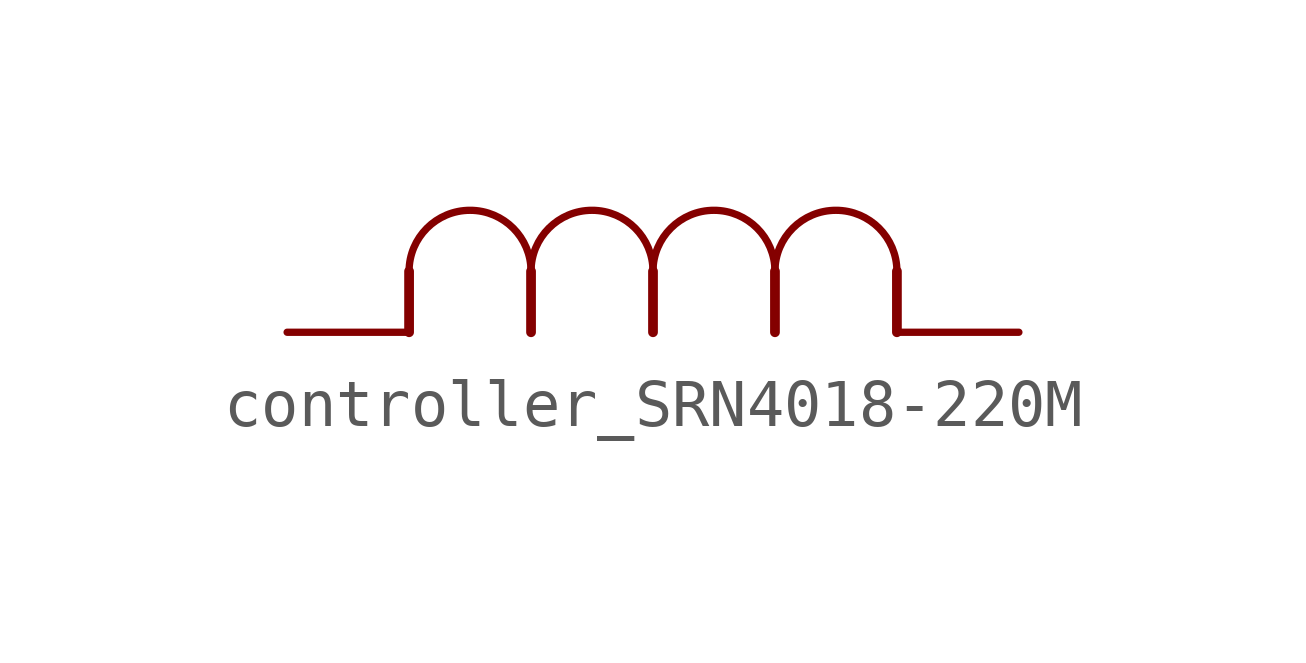
<source format=kicad_sym>
(kicad_symbol_lib
  (version 20241209)
  (generator "kicad_symbol_editor")
  (generator_version "9.0")
  (symbol "controller_SRN4018-220M"
    (property "Reference" "L"
      (at -0.914 3.353 0)
      (effects (font (size 3.48 2.958)) (justify left bottom) (hide yes)))
    (property "ki_locked" ""
      (at 0 0 0)
      (effects (font (size 1.27 1.27))))
    (symbol "controller_SRN4018-220M_1_0"
      (polyline (pts (xy 2.54 0) (xy 2.54 1.27)) (stroke (width 0.203) (type solid)) (fill (type none)))
      (arc (start 2.54 1.27) (mid 3.81 2.54) (end 5.08 1.27) (stroke (width 0.1524) (type solid)) (fill (type none)))
      (polyline (pts (xy 5.08 0) (xy 5.08 1.27)) (stroke (width 0.203) (type solid)) (fill (type none)))
      (arc (start 5.08 1.27) (mid 6.35 2.54) (end 7.62 1.27) (stroke (width 0.1524) (type solid)) (fill (type none)))
      (polyline (pts (xy 7.62 0) (xy 7.62 1.27)) (stroke (width 0.203) (type solid)) (fill (type none)))
      (arc (start 7.62 1.27) (mid 8.89 2.54) (end 10.16 1.27) (stroke (width 0.1524) (type solid)) (fill (type none)))
      (polyline (pts (xy 10.16 0) (xy 10.16 1.27)) (stroke (width 0.203) (type solid)) (fill (type none)))
      (arc (start 10.16 1.27) (mid 11.43 2.54) (end 12.7 1.27) (stroke (width 0.1524) (type solid)) (fill (type none)))
      (polyline (pts (xy 12.7 0) (xy 12.7 1.27)) (stroke (width 0.203) (type solid)) (fill (type none)))
      (pin passive line (at 0 0 0) (length 2.54) (name "2" (effects (font (size 0 0)))) (number "2" (effects (font (size 0 0)))))
      (pin passive line (at 15.24 0 180) (length 2.54) (name "1" (effects (font (size 0 0)))) (number "1" (effects (font (size 0 0))))))))
</source>
